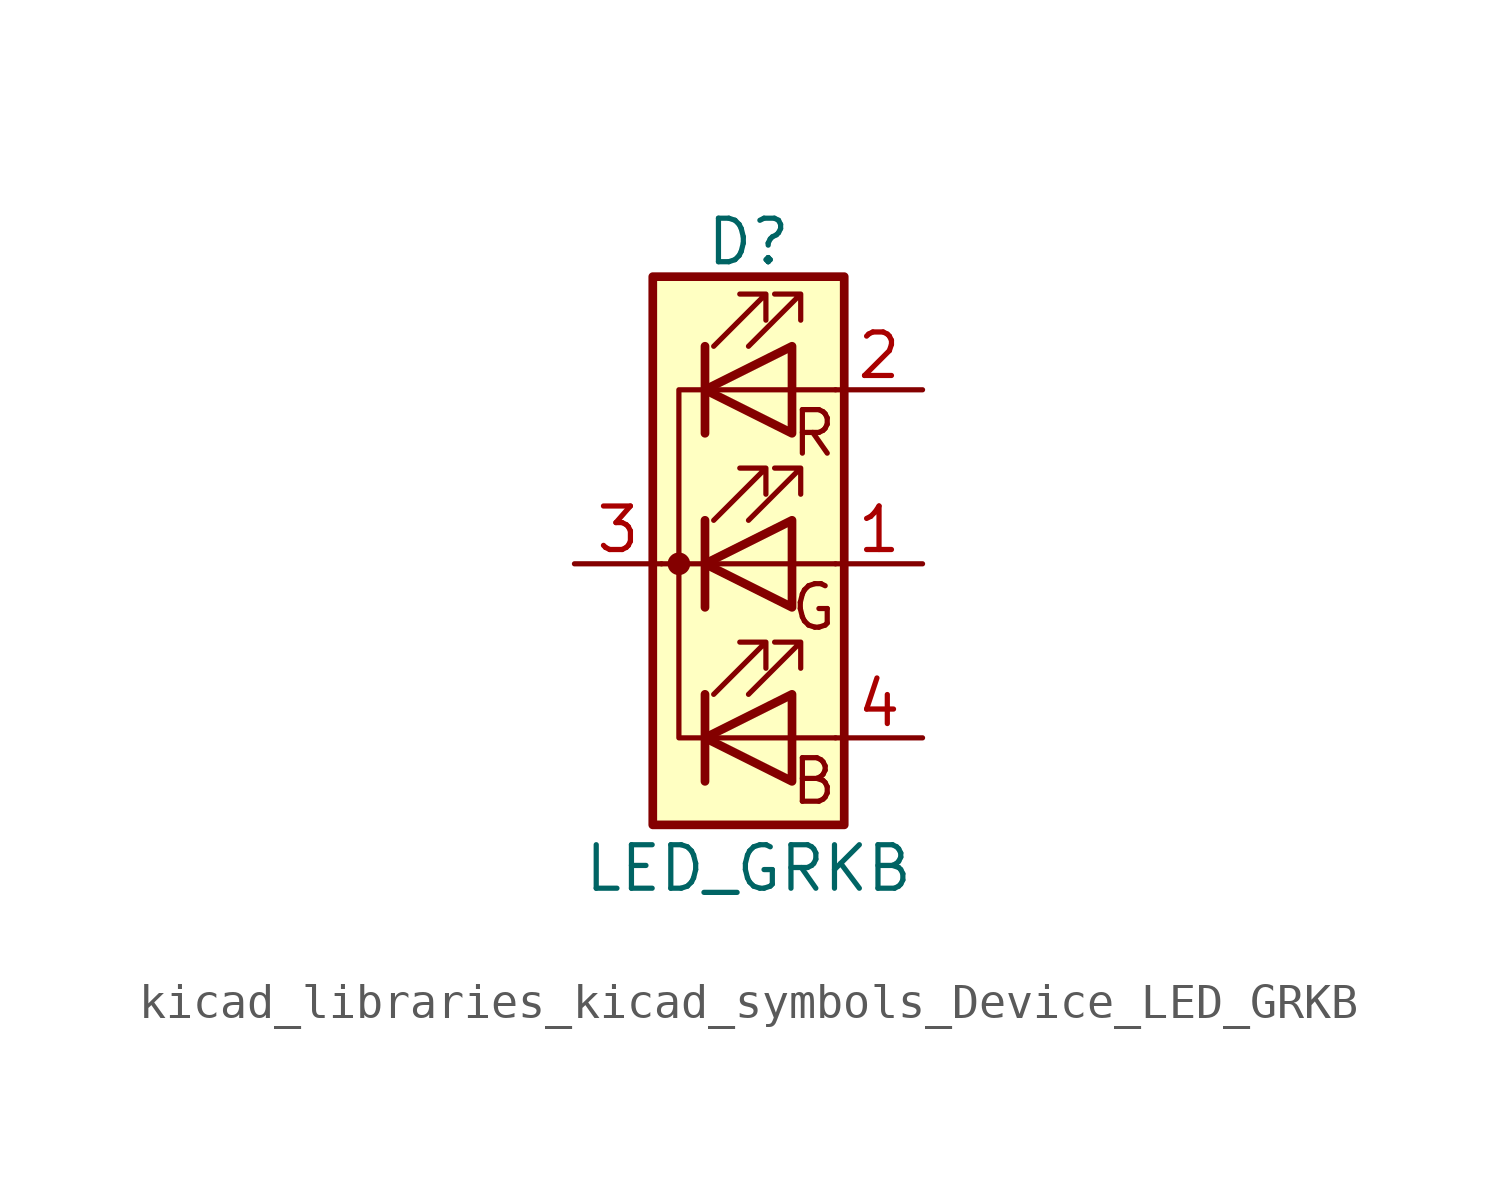
<source format=kicad_sym>
(kicad_symbol_lib
  (version 20220914)
  (generator kicad_symbol_editor)
  (symbol "kicad_libraries_kicad_symbols_Device_LED_GRKB"
    (pin_names
      (offset 0) hide)
    (property "Reference" "D"
      (at 0 9.398 0)
      (effects (font (size 1.27 1.27))))
    (property "Value" "LED_GRKB"
      (at 0 -8.89 0)
      (effects (font (size 1.27 1.27))))
    (symbol "kicad_libraries_kicad_symbols_Device_LED_GRKB_0_0"
      (text "B" (at 1.905 -6.35 0) (effects (font (size 1.27 1.27))))
      (text "G" (at 1.905 -1.27 0) (effects (font (size 1.27 1.27))))
      (text "R" (at 1.905 3.81 0) (effects (font (size 1.27 1.27)))))
    (symbol "kicad_libraries_kicad_symbols_Device_LED_GRKB_0_1"
      (circle (center -2.032 0) (radius 0.254) (stroke (width 0) (type default)) (fill (type outline)))
      (polyline (pts (xy -1.27 -5.08) (xy 1.27 -5.08)) (stroke (width 0) (type default)) (fill (type none)))
      (polyline (pts (xy -1.27 -3.81) (xy -1.27 -6.35)) (stroke (width 0.254) (type default)) (fill (type none)))
      (polyline (pts (xy -1.27 0) (xy -2.54 0)) (stroke (width 0) (type default)) (fill (type none)))
      (polyline (pts (xy -1.27 1.27) (xy -1.27 -1.27)) (stroke (width 0.254) (type default)) (fill (type none)))
      (polyline (pts (xy -1.27 5.08) (xy 1.27 5.08)) (stroke (width 0) (type default)) (fill (type none)))
      (polyline (pts (xy -1.27 6.35) (xy -1.27 3.81)) (stroke (width 0.254) (type default)) (fill (type none)))
      (polyline (pts (xy 1.27 -5.08) (xy 2.54 -5.08)) (stroke (width 0) (type default)) (fill (type none)))
      (polyline (pts (xy 1.27 0) (xy -1.27 0)) (stroke (width 0) (type default)) (fill (type none)))
      (polyline (pts (xy 1.27 0) (xy 2.54 0)) (stroke (width 0) (type default)) (fill (type none)))
      (polyline (pts (xy 1.27 5.08) (xy 2.54 5.08)) (stroke (width 0) (type default)) (fill (type none)))
      (polyline (pts (xy -1.27 1.27) (xy -1.27 -1.27) (xy -1.27 -1.27)) (stroke (width 0) (type default)) (fill (type none)))
      (polyline (pts (xy -1.27 6.35) (xy -1.27 3.81) (xy -1.27 3.81)) (stroke (width 0) (type default)) (fill (type none)))
      (polyline (pts (xy -1.27 5.08) (xy -2.032 5.08) (xy -2.032 -5.08) (xy -1.016 -5.08)) (stroke (width 0) (type default)) (fill (type none)))
      (polyline (pts (xy 1.27 -3.81) (xy 1.27 -6.35) (xy -1.27 -5.08) (xy 1.27 -3.81)) (stroke (width 0.254) (type default)) (fill (type none)))
      (polyline (pts (xy 1.27 1.27) (xy 1.27 -1.27) (xy -1.27 0) (xy 1.27 1.27)) (stroke (width 0.254) (type default)) (fill (type none)))
      (polyline (pts (xy 1.27 6.35) (xy 1.27 3.81) (xy -1.27 5.08) (xy 1.27 6.35)) (stroke (width 0.254) (type default)) (fill (type none)))
      (polyline (pts (xy -1.016 -3.81) (xy 0.508 -2.286) (xy -0.254 -2.286) (xy 0.508 -2.286) (xy 0.508 -3.048)) (stroke (width 0) (type default)) (fill (type none)))
      (polyline (pts (xy -1.016 1.27) (xy 0.508 2.794) (xy -0.254 2.794) (xy 0.508 2.794) (xy 0.508 2.032)) (stroke (width 0) (type default)) (fill (type none)))
      (polyline (pts (xy -1.016 6.35) (xy 0.508 7.874) (xy -0.254 7.874) (xy 0.508 7.874) (xy 0.508 7.112)) (stroke (width 0) (type default)) (fill (type none)))
      (polyline (pts (xy 0 -3.81) (xy 1.524 -2.286) (xy 0.762 -2.286) (xy 1.524 -2.286) (xy 1.524 -3.048)) (stroke (width 0) (type default)) (fill (type none)))
      (polyline (pts (xy 0 1.27) (xy 1.524 2.794) (xy 0.762 2.794) (xy 1.524 2.794) (xy 1.524 2.032)) (stroke (width 0) (type default)) (fill (type none)))
      (polyline (pts (xy 0 6.35) (xy 1.524 7.874) (xy 0.762 7.874) (xy 1.524 7.874) (xy 1.524 7.112)) (stroke (width 0) (type default)) (fill (type none)))
      (rectangle (start 1.27 -1.27) (end 1.27 1.27) (stroke (width 0) (type default)) (fill (type none)))
      (rectangle (start 1.27 1.27) (end 1.27 1.27) (stroke (width 0) (type default)) (fill (type none)))
      (rectangle (start 1.27 3.81) (end 1.27 6.35) (stroke (width 0) (type default)) (fill (type none)))
      (rectangle (start 1.27 6.35) (end 1.27 6.35) (stroke (width 0) (type default)) (fill (type none)))
      (rectangle (start 2.794 8.382) (end -2.794 -7.62) (stroke (width 0.254) (type default)) (fill (type background))))
    (symbol "kicad_libraries_kicad_symbols_Device_LED_GRKB_1_1"
      (pin passive line (at 5.08 0 180) (length 2.54) (name "GA" (effects (font (size 1.27 1.27)))) (number "1" (effects (font (size 1.27 1.27)))))
      (pin passive line (at 5.08 5.08 180) (length 2.54) (name "RA" (effects (font (size 1.27 1.27)))) (number "2" (effects (font (size 1.27 1.27)))))
      (pin passive line (at -5.08 0 0) (length 2.54) (name "K" (effects (font (size 1.27 1.27)))) (number "3" (effects (font (size 1.27 1.27)))))
      (pin passive line (at 5.08 -5.08 180) (length 2.54) (name "BA" (effects (font (size 1.27 1.27)))) (number "4" (effects (font (size 1.27 1.27))))))))
</source>
